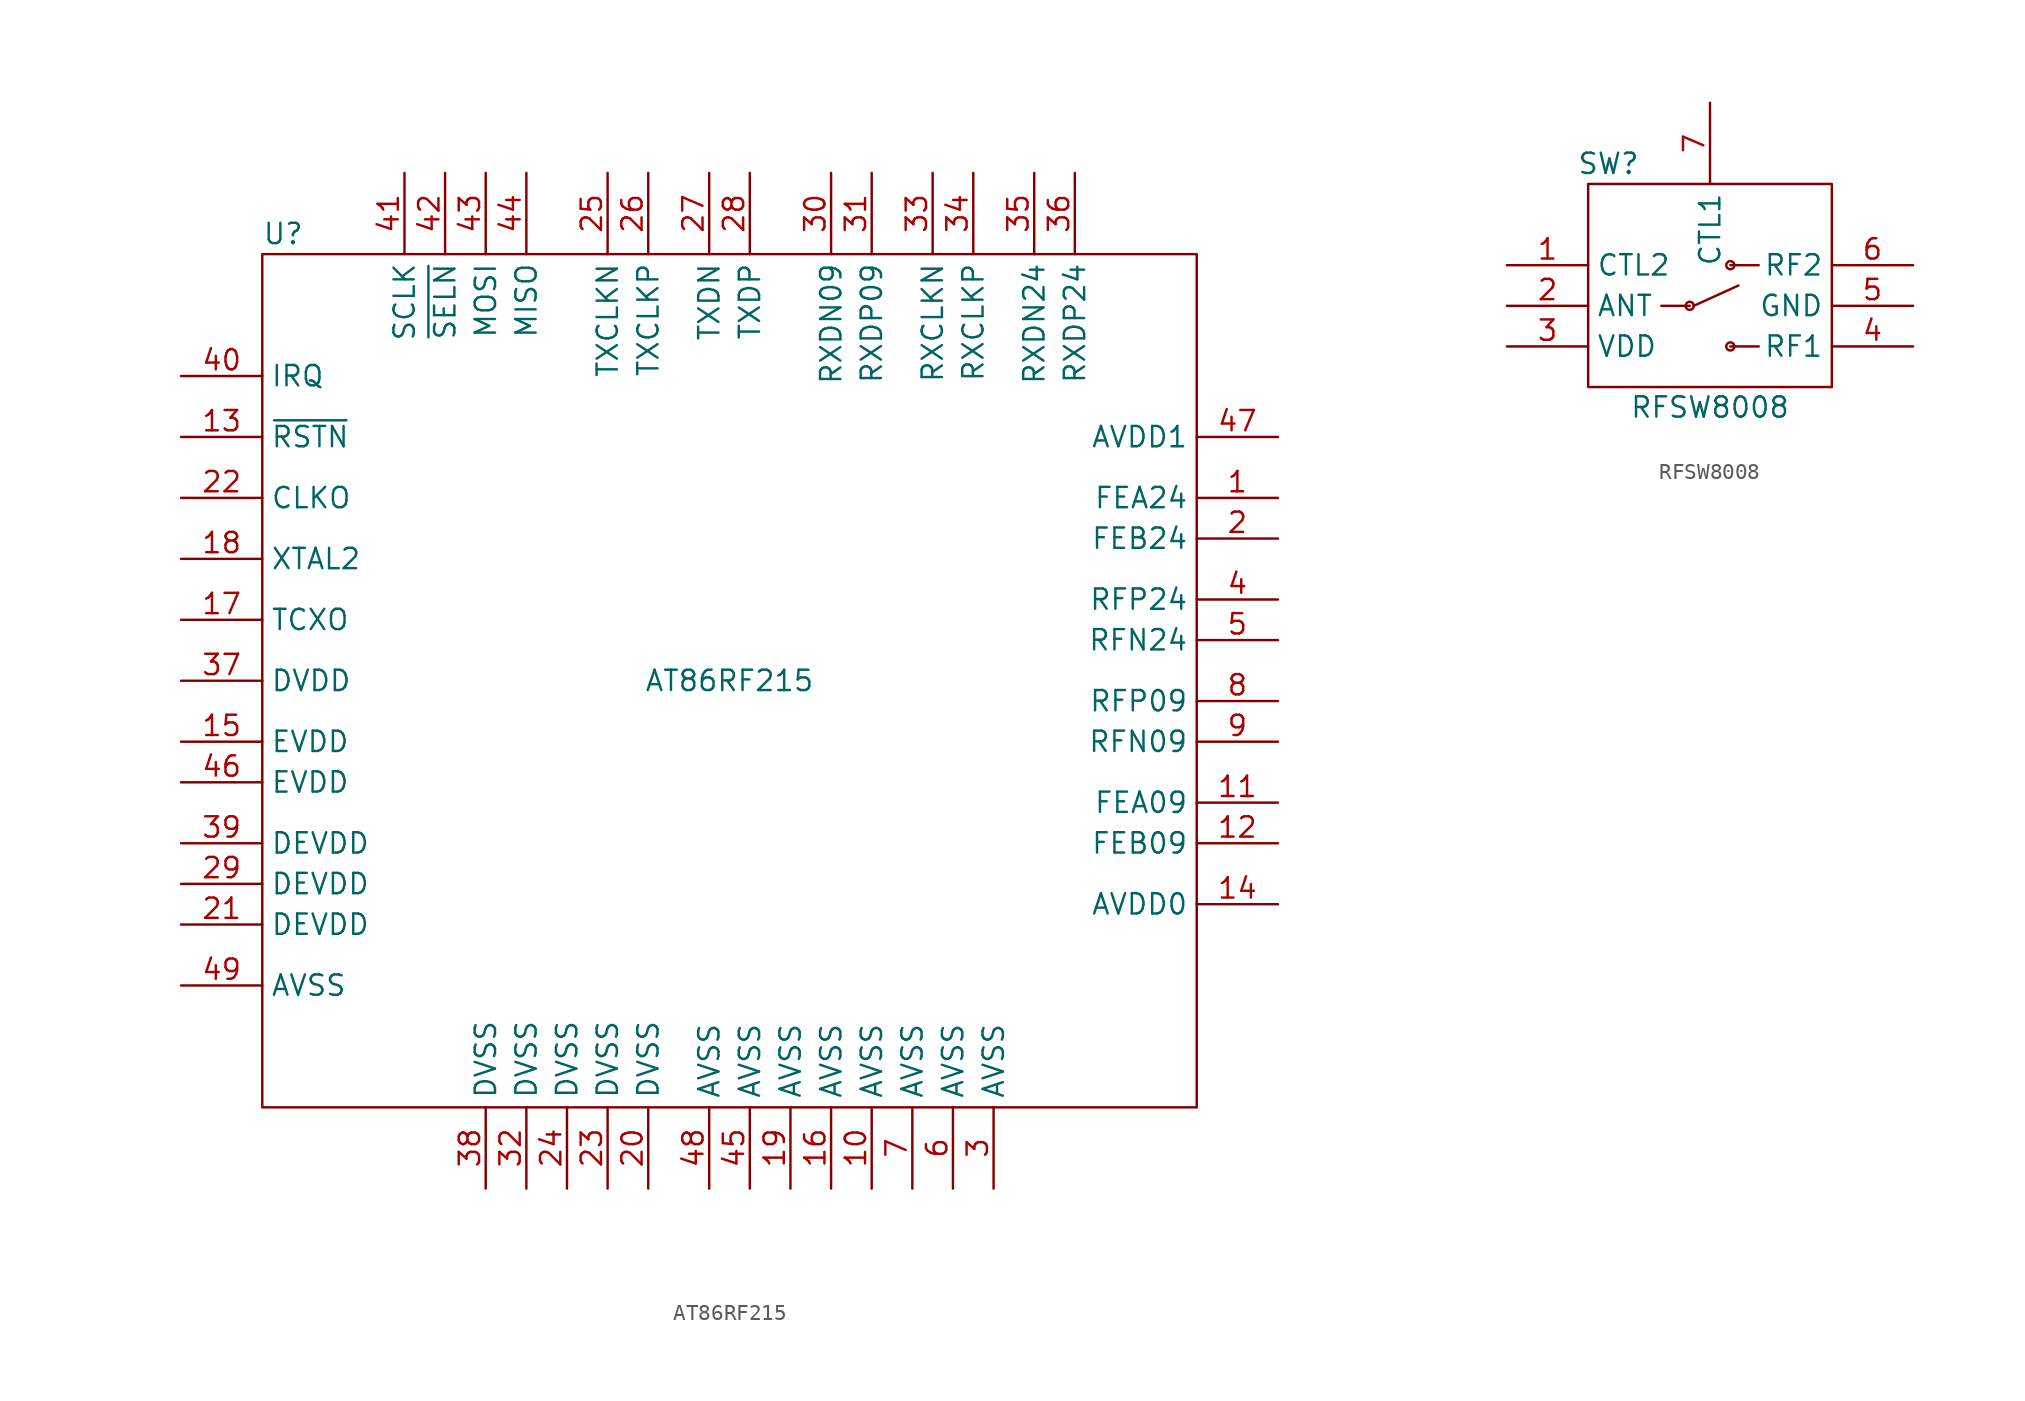
<source format=kicad_sym>
(kicad_symbol_lib
  (version 20220914)
  (generator kicad_symbol_editor)
  (symbol "AT86RF215"
    (property "Reference" "U"
      (at 0 1.27 0)
      (effects (font (size 1.27 1.27)) (justify left)))
    (property "Value" "AT86RF215"
      (at 29.21 -26.67 0)
      (effects (font (size 1.27 1.27))))
    (symbol "AT86RF215_0_1"
      (rectangle (start 0 0) (end 58.42 -53.34) (stroke (width 0) (type default)) (fill (type none))))
    (symbol "AT86RF215_1_1"
      (pin power_in line (at 63.5 -15.24 180) (length 5.08) (name "FEA24" (effects (font (size 1.27 1.27)))) (number "1" (effects (font (size 1.27 1.27)))))
      (pin power_in line (at 38.1 -58.42 90) (length 5.08) (name "AVSS" (effects (font (size 1.27 1.27)))) (number "10" (effects (font (size 1.27 1.27)))))
      (pin output line (at 63.5 -34.29 180) (length 5.08) (name "FEA09" (effects (font (size 1.27 1.27)))) (number "11" (effects (font (size 1.27 1.27)))))
      (pin output line (at 63.5 -36.83 180) (length 5.08) (name "FEB09" (effects (font (size 1.27 1.27)))) (number "12" (effects (font (size 1.27 1.27)))))
      (pin input line (at -5.08 -11.43 0) (length 5.08) (name "~{RSTN}" (effects (font (size 1.27 1.27)))) (number "13" (effects (font (size 1.27 1.27)))))
      (pin power_in line (at 63.5 -40.64 180) (length 5.08) (name "AVDD0" (effects (font (size 1.27 1.27)))) (number "14" (effects (font (size 1.27 1.27)))))
      (pin power_in line (at -5.08 -30.48 0) (length 5.08) (name "EVDD" (effects (font (size 1.27 1.27)))) (number "15" (effects (font (size 1.27 1.27)))))
      (pin power_in line (at 35.56 -58.42 90) (length 5.08) (name "AVSS" (effects (font (size 1.27 1.27)))) (number "16" (effects (font (size 1.27 1.27)))))
      (pin input line (at -5.08 -22.86 0) (length 5.08) (name "TCXO" (effects (font (size 1.27 1.27)))) (number "17" (effects (font (size 1.27 1.27)))))
      (pin output line (at -5.08 -19.05 0) (length 5.08) (name "XTAL2" (effects (font (size 1.27 1.27)))) (number "18" (effects (font (size 1.27 1.27)))))
      (pin power_in line (at 33.02 -58.42 90) (length 5.08) (name "AVSS" (effects (font (size 1.27 1.27)))) (number "19" (effects (font (size 1.27 1.27)))))
      (pin power_in line (at 63.5 -17.78 180) (length 5.08) (name "FEB24" (effects (font (size 1.27 1.27)))) (number "2" (effects (font (size 1.27 1.27)))))
      (pin power_in line (at 24.13 -58.42 90) (length 5.08) (name "DVSS" (effects (font (size 1.27 1.27)))) (number "20" (effects (font (size 1.27 1.27)))))
      (pin power_in line (at -5.08 -41.91 0) (length 5.08) (name "DEVDD" (effects (font (size 1.27 1.27)))) (number "21" (effects (font (size 1.27 1.27)))))
      (pin output line (at -5.08 -15.24 0) (length 5.08) (name "CLKO" (effects (font (size 1.27 1.27)))) (number "22" (effects (font (size 1.27 1.27)))))
      (pin power_in line (at 21.59 -58.42 90) (length 5.08) (name "DVSS" (effects (font (size 1.27 1.27)))) (number "23" (effects (font (size 1.27 1.27)))))
      (pin power_in line (at 19.05 -58.42 90) (length 5.08) (name "DVSS" (effects (font (size 1.27 1.27)))) (number "24" (effects (font (size 1.27 1.27)))))
      (pin input line (at 21.59 5.08 270) (length 5.08) (name "TXCLKN" (effects (font (size 1.27 1.27)))) (number "25" (effects (font (size 1.27 1.27)))))
      (pin input line (at 24.13 5.08 270) (length 5.08) (name "TXCLKP" (effects (font (size 1.27 1.27)))) (number "26" (effects (font (size 1.27 1.27)))))
      (pin input line (at 27.94 5.08 270) (length 5.08) (name "TXDN" (effects (font (size 1.27 1.27)))) (number "27" (effects (font (size 1.27 1.27)))))
      (pin input line (at 30.48 5.08 270) (length 5.08) (name "TXDP" (effects (font (size 1.27 1.27)))) (number "28" (effects (font (size 1.27 1.27)))))
      (pin power_in line (at -5.08 -39.37 0) (length 5.08) (name "DEVDD" (effects (font (size 1.27 1.27)))) (number "29" (effects (font (size 1.27 1.27)))))
      (pin power_in line (at 45.72 -58.42 90) (length 5.08) (name "AVSS" (effects (font (size 1.27 1.27)))) (number "3" (effects (font (size 1.27 1.27)))))
      (pin output line (at 35.56 5.08 270) (length 5.08) (name "RXDN09" (effects (font (size 1.27 1.27)))) (number "30" (effects (font (size 1.27 1.27)))))
      (pin output line (at 38.1 5.08 270) (length 5.08) (name "RXDP09" (effects (font (size 1.27 1.27)))) (number "31" (effects (font (size 1.27 1.27)))))
      (pin power_in line (at 16.51 -58.42 90) (length 5.08) (name "DVSS" (effects (font (size 1.27 1.27)))) (number "32" (effects (font (size 1.27 1.27)))))
      (pin output line (at 41.91 5.08 270) (length 5.08) (name "RXCLKN" (effects (font (size 1.27 1.27)))) (number "33" (effects (font (size 1.27 1.27)))))
      (pin output line (at 44.45 5.08 270) (length 5.08) (name "RXCLKP" (effects (font (size 1.27 1.27)))) (number "34" (effects (font (size 1.27 1.27)))))
      (pin output line (at 48.26 5.08 270) (length 5.08) (name "RXDN24" (effects (font (size 1.27 1.27)))) (number "35" (effects (font (size 1.27 1.27)))))
      (pin output line (at 50.8 5.08 270) (length 5.08) (name "RXDP24" (effects (font (size 1.27 1.27)))) (number "36" (effects (font (size 1.27 1.27)))))
      (pin power_in line (at -5.08 -26.67 0) (length 5.08) (name "DVDD" (effects (font (size 1.27 1.27)))) (number "37" (effects (font (size 1.27 1.27)))))
      (pin power_in line (at 13.97 -58.42 90) (length 5.08) (name "DVSS" (effects (font (size 1.27 1.27)))) (number "38" (effects (font (size 1.27 1.27)))))
      (pin power_in line (at -5.08 -36.83 0) (length 5.08) (name "DEVDD" (effects (font (size 1.27 1.27)))) (number "39" (effects (font (size 1.27 1.27)))))
      (pin power_in line (at 63.5 -21.59 180) (length 5.08) (name "RFP24" (effects (font (size 1.27 1.27)))) (number "4" (effects (font (size 1.27 1.27)))))
      (pin output line (at -5.08 -7.62 0) (length 5.08) (name "IRQ" (effects (font (size 1.27 1.27)))) (number "40" (effects (font (size 1.27 1.27)))))
      (pin input line (at 8.89 5.08 270) (length 5.08) (name "SCLK" (effects (font (size 1.27 1.27)))) (number "41" (effects (font (size 1.27 1.27)))))
      (pin input line (at 11.43 5.08 270) (length 5.08) (name "~{SELN}" (effects (font (size 1.27 1.27)))) (number "42" (effects (font (size 1.27 1.27)))))
      (pin input line (at 13.97 5.08 270) (length 5.08) (name "MOSI" (effects (font (size 1.27 1.27)))) (number "43" (effects (font (size 1.27 1.27)))))
      (pin output line (at 16.51 5.08 270) (length 5.08) (name "MISO" (effects (font (size 1.27 1.27)))) (number "44" (effects (font (size 1.27 1.27)))))
      (pin power_in line (at 30.48 -58.42 90) (length 5.08) (name "AVSS" (effects (font (size 1.27 1.27)))) (number "45" (effects (font (size 1.27 1.27)))))
      (pin power_in line (at -5.08 -33.02 0) (length 5.08) (name "EVDD" (effects (font (size 1.27 1.27)))) (number "46" (effects (font (size 1.27 1.27)))))
      (pin power_in line (at 63.5 -11.43 180) (length 5.08) (name "AVDD1" (effects (font (size 1.27 1.27)))) (number "47" (effects (font (size 1.27 1.27)))))
      (pin power_in line (at 27.94 -58.42 90) (length 5.08) (name "AVSS" (effects (font (size 1.27 1.27)))) (number "48" (effects (font (size 1.27 1.27)))))
      (pin power_in line (at -5.08 -45.72 0) (length 5.08) (name "AVSS" (effects (font (size 1.27 1.27)))) (number "49" (effects (font (size 1.27 1.27)))))
      (pin power_in line (at 63.5 -24.13 180) (length 5.08) (name "RFN24" (effects (font (size 1.27 1.27)))) (number "5" (effects (font (size 1.27 1.27)))))
      (pin power_in line (at 43.18 -58.42 90) (length 5.08) (name "AVSS" (effects (font (size 1.27 1.27)))) (number "6" (effects (font (size 1.27 1.27)))))
      (pin power_in line (at 40.64 -58.42 90) (length 5.08) (name "AVSS" (effects (font (size 1.27 1.27)))) (number "7" (effects (font (size 1.27 1.27)))))
      (pin bidirectional line (at 63.5 -27.94 180) (length 5.08) (name "RFP09" (effects (font (size 1.27 1.27)))) (number "8" (effects (font (size 1.27 1.27)))))
      (pin bidirectional line (at 63.5 -30.48 180) (length 5.08) (name "RFN09" (effects (font (size 1.27 1.27)))) (number "9" (effects (font (size 1.27 1.27)))))))
  (symbol "RFSW8008"
    (property "Reference" "SW"
      (at 1.27 1.27 0)
      (effects (font (size 1.27 1.27))))
    (property "Value" "RFSW8008"
      (at 7.62 -13.97 0)
      (effects (font (size 1.27 1.27))))
    (symbol "RFSW8008_0_1"
      (polyline (pts (xy 4.572 -7.62) (xy 6.35 -7.62)) (stroke (width 0) (type default)) (fill (type none)))
      (polyline (pts (xy 6.604 -7.62) (xy 9.398 -6.35)) (stroke (width 0) (type default)) (fill (type none)))
      (polyline (pts (xy 8.89 -5.08) (xy 10.668 -5.08)) (stroke (width 0) (type default)) (fill (type none)))
      (polyline (pts (xy 10.668 -10.16) (xy 8.89 -10.16)) (stroke (width 0) (type default)) (fill (type none)))
      (rectangle (start 0 0) (end 15.24 -12.7) (stroke (width 0) (type default)) (fill (type none)))
      (circle (center 6.35 -7.62) (radius 0.254) (stroke (width 0) (type default)) (fill (type none)))
      (circle (center 8.89 -10.16) (radius 0.254) (stroke (width 0) (type default)) (fill (type none)))
      (circle (center 8.89 -5.08) (radius 0.254) (stroke (width 0) (type default)) (fill (type none))))
    (symbol "RFSW8008_1_1"
      (pin input line (at -5.08 -5.08 0) (length 5.08) (name "CTL2" (effects (font (size 1.27 1.27)))) (number "1" (effects (font (size 1.27 1.27)))))
      (pin bidirectional line (at -5.08 -7.62 0) (length 5.08) (name "ANT" (effects (font (size 1.27 1.27)))) (number "2" (effects (font (size 1.27 1.27)))))
      (pin power_in line (at -5.08 -10.16 0) (length 5.08) (name "VDD" (effects (font (size 1.27 1.27)))) (number "3" (effects (font (size 1.27 1.27)))))
      (pin bidirectional line (at 20.32 -10.16 180) (length 5.08) (name "RF1" (effects (font (size 1.27 1.27)))) (number "4" (effects (font (size 1.27 1.27)))))
      (pin power_in line (at 20.32 -7.62 180) (length 5.08) (name "GND" (effects (font (size 1.27 1.27)))) (number "5" (effects (font (size 1.27 1.27)))))
      (pin bidirectional line (at 20.32 -5.08 180) (length 5.08) (name "RF2" (effects (font (size 1.27 1.27)))) (number "6" (effects (font (size 1.27 1.27)))))
      (pin input line (at 7.62 5.08 270) (length 5.08) (name "CTL1" (effects (font (size 1.27 1.27)))) (number "7" (effects (font (size 1.27 1.27))))))))
</source>
